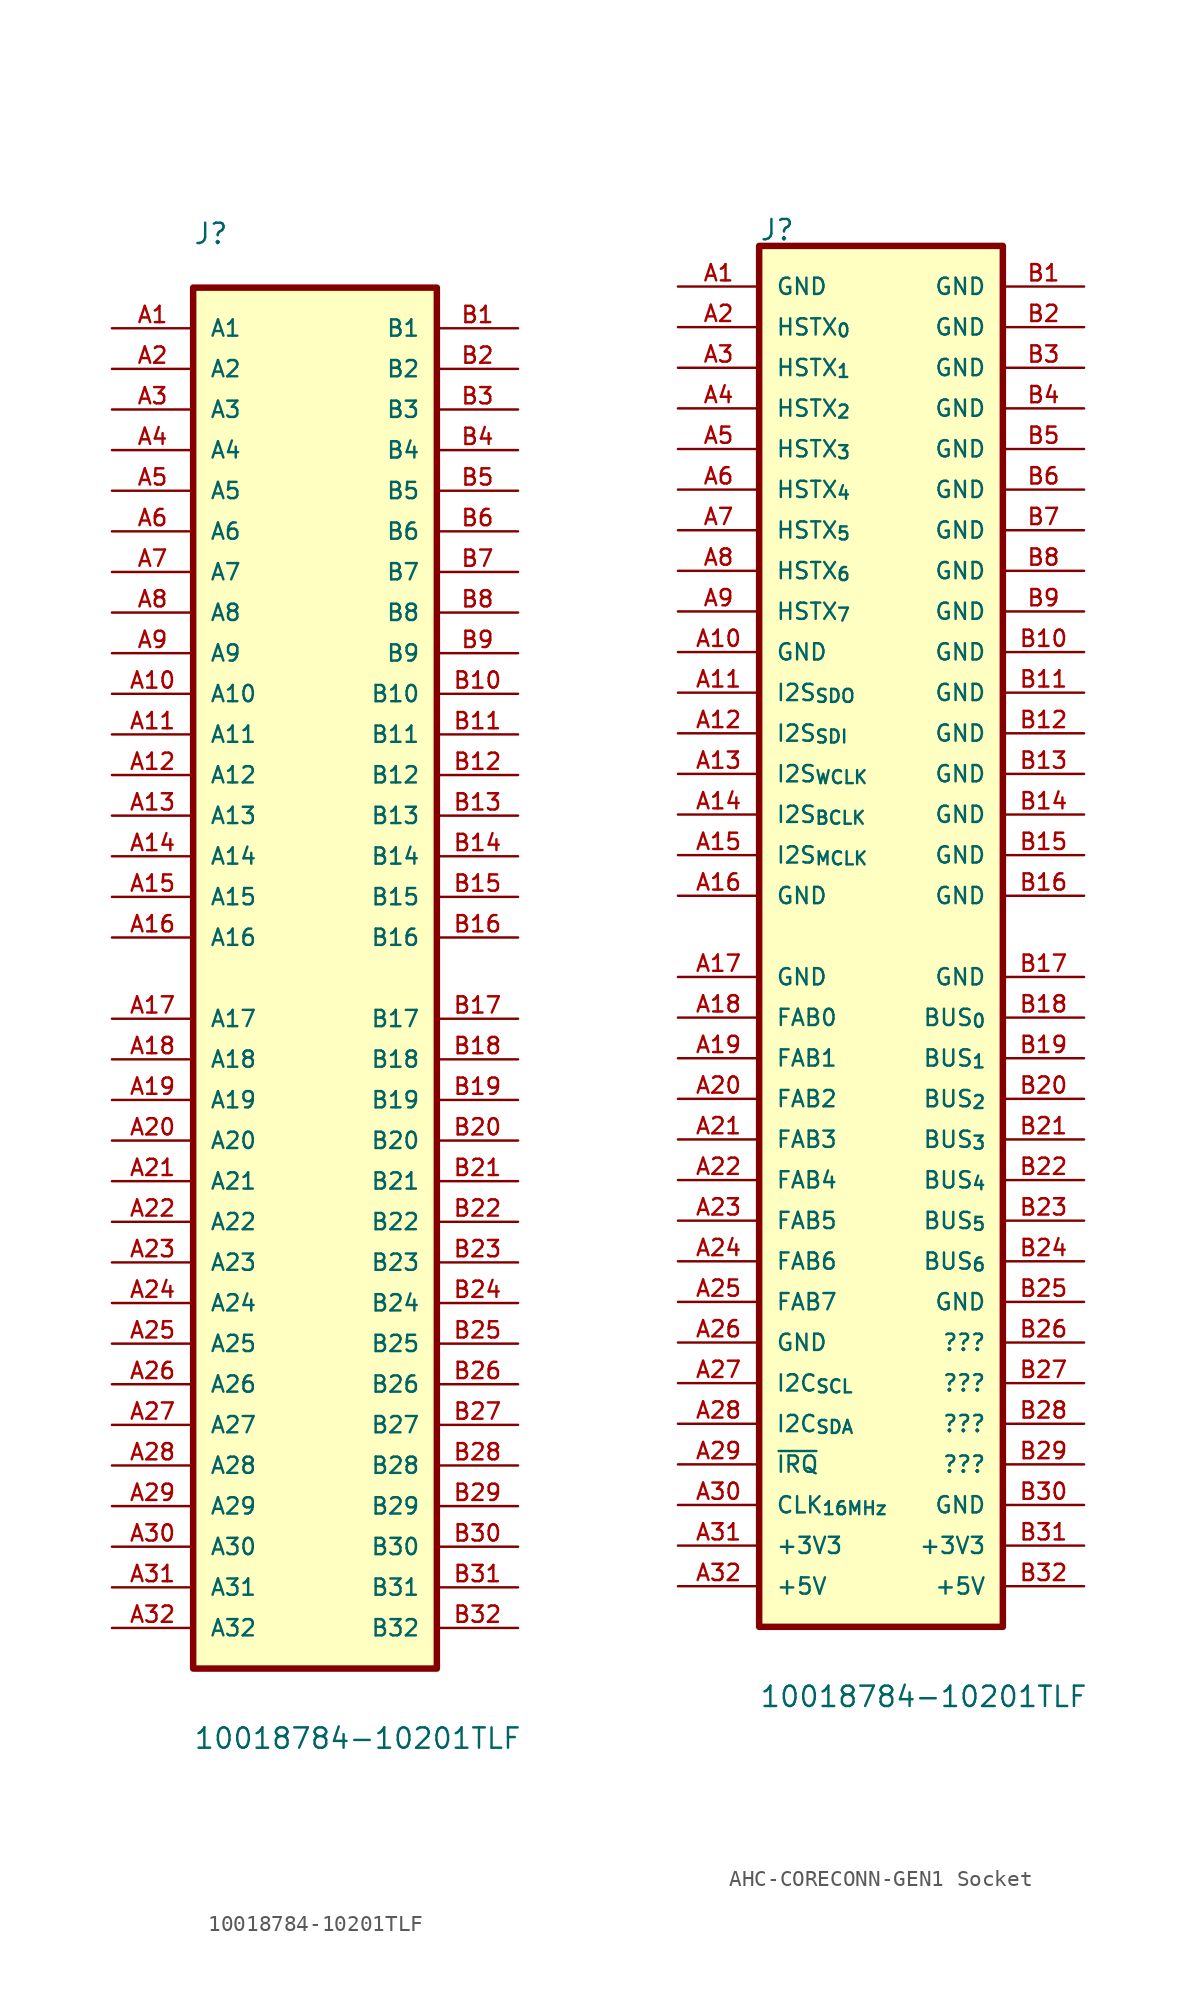
<source format=kicad_sym>
(kicad_symbol_lib
  (version 20241209)
  (generator "kicad_symbol_editor")
  (generator_version "9.0")
  (symbol "10018784-10201TLF"
    (pin_names
      (offset 1.016))
    (property "Reference" "J"
      (at -7.635 45.809 0)
      (effects (font (size 1.27 1.27)) (justify left bottom)))
    (property "Value" "10018784-10201TLF"
      (at -7.625 -48.292 0)
      (effects (font (size 1.27 1.27)) (justify left bottom)))
    (symbol "10018784-10201TLF_0_0"
      (rectangle (start -7.62 43.18) (end 7.62 -43.18) (stroke (width 0.406) (type default)) (fill (type background)))
      (pin passive line (at -12.7 40.64 0) (length 5.08) (name "A1" (effects (font (size 1.016 1.016)))) (number "A1" (effects (font (size 1.016 1.016)))))
      (pin passive line (at -12.7 38.1 0) (length 5.08) (name "A2" (effects (font (size 1.016 1.016)))) (number "A2" (effects (font (size 1.016 1.016)))))
      (pin passive line (at -12.7 35.56 0) (length 5.08) (name "A3" (effects (font (size 1.016 1.016)))) (number "A3" (effects (font (size 1.016 1.016)))))
      (pin passive line (at -12.7 33.02 0) (length 5.08) (name "A4" (effects (font (size 1.016 1.016)))) (number "A4" (effects (font (size 1.016 1.016)))))
      (pin passive line (at -12.7 30.48 0) (length 5.08) (name "A5" (effects (font (size 1.016 1.016)))) (number "A5" (effects (font (size 1.016 1.016)))))
      (pin passive line (at -12.7 27.94 0) (length 5.08) (name "A6" (effects (font (size 1.016 1.016)))) (number "A6" (effects (font (size 1.016 1.016)))))
      (pin passive line (at -12.7 25.4 0) (length 5.08) (name "A7" (effects (font (size 1.016 1.016)))) (number "A7" (effects (font (size 1.016 1.016)))))
      (pin passive line (at -12.7 22.86 0) (length 5.08) (name "A8" (effects (font (size 1.016 1.016)))) (number "A8" (effects (font (size 1.016 1.016)))))
      (pin passive line (at -12.7 20.32 0) (length 5.08) (name "A9" (effects (font (size 1.016 1.016)))) (number "A9" (effects (font (size 1.016 1.016)))))
      (pin passive line (at -12.7 17.78 0) (length 5.08) (name "A10" (effects (font (size 1.016 1.016)))) (number "A10" (effects (font (size 1.016 1.016)))))
      (pin passive line (at -12.7 15.24 0) (length 5.08) (name "A11" (effects (font (size 1.016 1.016)))) (number "A11" (effects (font (size 1.016 1.016)))))
      (pin passive line (at -12.7 12.7 0) (length 5.08) (name "A12" (effects (font (size 1.016 1.016)))) (number "A12" (effects (font (size 1.016 1.016)))))
      (pin passive line (at -12.7 10.16 0) (length 5.08) (name "A13" (effects (font (size 1.016 1.016)))) (number "A13" (effects (font (size 1.016 1.016)))))
      (pin passive line (at -12.7 7.62 0) (length 5.08) (name "A14" (effects (font (size 1.016 1.016)))) (number "A14" (effects (font (size 1.016 1.016)))))
      (pin passive line (at -12.7 5.08 0) (length 5.08) (name "A15" (effects (font (size 1.016 1.016)))) (number "A15" (effects (font (size 1.016 1.016)))))
      (pin passive line (at -12.7 2.54 0) (length 5.08) (name "A16" (effects (font (size 1.016 1.016)))) (number "A16" (effects (font (size 1.016 1.016)))))
      (pin passive line (at -12.7 -2.54 0) (length 5.08) (name "A17" (effects (font (size 1.016 1.016)))) (number "A17" (effects (font (size 1.016 1.016)))))
      (pin passive line (at -12.7 -5.08 0) (length 5.08) (name "A18" (effects (font (size 1.016 1.016)))) (number "A18" (effects (font (size 1.016 1.016)))))
      (pin passive line (at -12.7 -7.62 0) (length 5.08) (name "A19" (effects (font (size 1.016 1.016)))) (number "A19" (effects (font (size 1.016 1.016)))))
      (pin passive line (at -12.7 -10.16 0) (length 5.08) (name "A20" (effects (font (size 1.016 1.016)))) (number "A20" (effects (font (size 1.016 1.016)))))
      (pin passive line (at -12.7 -12.7 0) (length 5.08) (name "A21" (effects (font (size 1.016 1.016)))) (number "A21" (effects (font (size 1.016 1.016)))))
      (pin passive line (at -12.7 -15.24 0) (length 5.08) (name "A22" (effects (font (size 1.016 1.016)))) (number "A22" (effects (font (size 1.016 1.016)))))
      (pin passive line (at -12.7 -17.78 0) (length 5.08) (name "A23" (effects (font (size 1.016 1.016)))) (number "A23" (effects (font (size 1.016 1.016)))))
      (pin passive line (at -12.7 -20.32 0) (length 5.08) (name "A24" (effects (font (size 1.016 1.016)))) (number "A24" (effects (font (size 1.016 1.016)))))
      (pin passive line (at -12.7 -22.86 0) (length 5.08) (name "A25" (effects (font (size 1.016 1.016)))) (number "A25" (effects (font (size 1.016 1.016)))))
      (pin passive line (at -12.7 -25.4 0) (length 5.08) (name "A26" (effects (font (size 1.016 1.016)))) (number "A26" (effects (font (size 1.016 1.016)))))
      (pin passive line (at -12.7 -27.94 0) (length 5.08) (name "A27" (effects (font (size 1.016 1.016)))) (number "A27" (effects (font (size 1.016 1.016)))))
      (pin passive line (at -12.7 -30.48 0) (length 5.08) (name "A28" (effects (font (size 1.016 1.016)))) (number "A28" (effects (font (size 1.016 1.016)))))
      (pin passive line (at -12.7 -33.02 0) (length 5.08) (name "A29" (effects (font (size 1.016 1.016)))) (number "A29" (effects (font (size 1.016 1.016)))))
      (pin passive line (at -12.7 -35.56 0) (length 5.08) (name "A30" (effects (font (size 1.016 1.016)))) (number "A30" (effects (font (size 1.016 1.016)))))
      (pin passive line (at -12.7 -38.1 0) (length 5.08) (name "A31" (effects (font (size 1.016 1.016)))) (number "A31" (effects (font (size 1.016 1.016)))))
      (pin passive line (at -12.7 -40.64 0) (length 5.08) (name "A32" (effects (font (size 1.016 1.016)))) (number "A32" (effects (font (size 1.016 1.016)))))
      (pin passive line (at 12.7 40.64 180) (length 5.08) (name "B1" (effects (font (size 1.016 1.016)))) (number "B1" (effects (font (size 1.016 1.016)))))
      (pin passive line (at 12.7 38.1 180) (length 5.08) (name "B2" (effects (font (size 1.016 1.016)))) (number "B2" (effects (font (size 1.016 1.016)))))
      (pin passive line (at 12.7 35.56 180) (length 5.08) (name "B3" (effects (font (size 1.016 1.016)))) (number "B3" (effects (font (size 1.016 1.016)))))
      (pin passive line (at 12.7 33.02 180) (length 5.08) (name "B4" (effects (font (size 1.016 1.016)))) (number "B4" (effects (font (size 1.016 1.016)))))
      (pin passive line (at 12.7 30.48 180) (length 5.08) (name "B5" (effects (font (size 1.016 1.016)))) (number "B5" (effects (font (size 1.016 1.016)))))
      (pin passive line (at 12.7 27.94 180) (length 5.08) (name "B6" (effects (font (size 1.016 1.016)))) (number "B6" (effects (font (size 1.016 1.016)))))
      (pin passive line (at 12.7 25.4 180) (length 5.08) (name "B7" (effects (font (size 1.016 1.016)))) (number "B7" (effects (font (size 1.016 1.016)))))
      (pin passive line (at 12.7 22.86 180) (length 5.08) (name "B8" (effects (font (size 1.016 1.016)))) (number "B8" (effects (font (size 1.016 1.016)))))
      (pin passive line (at 12.7 20.32 180) (length 5.08) (name "B9" (effects (font (size 1.016 1.016)))) (number "B9" (effects (font (size 1.016 1.016)))))
      (pin passive line (at 12.7 17.78 180) (length 5.08) (name "B10" (effects (font (size 1.016 1.016)))) (number "B10" (effects (font (size 1.016 1.016)))))
      (pin passive line (at 12.7 15.24 180) (length 5.08) (name "B11" (effects (font (size 1.016 1.016)))) (number "B11" (effects (font (size 1.016 1.016)))))
      (pin passive line (at 12.7 12.7 180) (length 5.08) (name "B12" (effects (font (size 1.016 1.016)))) (number "B12" (effects (font (size 1.016 1.016)))))
      (pin passive line (at 12.7 10.16 180) (length 5.08) (name "B13" (effects (font (size 1.016 1.016)))) (number "B13" (effects (font (size 1.016 1.016)))))
      (pin passive line (at 12.7 7.62 180) (length 5.08) (name "B14" (effects (font (size 1.016 1.016)))) (number "B14" (effects (font (size 1.016 1.016)))))
      (pin passive line (at 12.7 5.08 180) (length 5.08) (name "B15" (effects (font (size 1.016 1.016)))) (number "B15" (effects (font (size 1.016 1.016)))))
      (pin passive line (at 12.7 2.54 180) (length 5.08) (name "B16" (effects (font (size 1.016 1.016)))) (number "B16" (effects (font (size 1.016 1.016)))))
      (pin passive line (at 12.7 -2.54 180) (length 5.08) (name "B17" (effects (font (size 1.016 1.016)))) (number "B17" (effects (font (size 1.016 1.016)))))
      (pin passive line (at 12.7 -5.08 180) (length 5.08) (name "B18" (effects (font (size 1.016 1.016)))) (number "B18" (effects (font (size 1.016 1.016)))))
      (pin passive line (at 12.7 -7.62 180) (length 5.08) (name "B19" (effects (font (size 1.016 1.016)))) (number "B19" (effects (font (size 1.016 1.016)))))
      (pin passive line (at 12.7 -10.16 180) (length 5.08) (name "B20" (effects (font (size 1.016 1.016)))) (number "B20" (effects (font (size 1.016 1.016)))))
      (pin passive line (at 12.7 -12.7 180) (length 5.08) (name "B21" (effects (font (size 1.016 1.016)))) (number "B21" (effects (font (size 1.016 1.016)))))
      (pin passive line (at 12.7 -15.24 180) (length 5.08) (name "B22" (effects (font (size 1.016 1.016)))) (number "B22" (effects (font (size 1.016 1.016)))))
      (pin passive line (at 12.7 -17.78 180) (length 5.08) (name "B23" (effects (font (size 1.016 1.016)))) (number "B23" (effects (font (size 1.016 1.016)))))
      (pin passive line (at 12.7 -20.32 180) (length 5.08) (name "B24" (effects (font (size 1.016 1.016)))) (number "B24" (effects (font (size 1.016 1.016)))))
      (pin passive line (at 12.7 -22.86 180) (length 5.08) (name "B25" (effects (font (size 1.016 1.016)))) (number "B25" (effects (font (size 1.016 1.016)))))
      (pin passive line (at 12.7 -25.4 180) (length 5.08) (name "B26" (effects (font (size 1.016 1.016)))) (number "B26" (effects (font (size 1.016 1.016)))))
      (pin passive line (at 12.7 -27.94 180) (length 5.08) (name "B27" (effects (font (size 1.016 1.016)))) (number "B27" (effects (font (size 1.016 1.016)))))
      (pin passive line (at 12.7 -30.48 180) (length 5.08) (name "B28" (effects (font (size 1.016 1.016)))) (number "B28" (effects (font (size 1.016 1.016)))))
      (pin passive line (at 12.7 -33.02 180) (length 5.08) (name "B29" (effects (font (size 1.016 1.016)))) (number "B29" (effects (font (size 1.016 1.016)))))
      (pin passive line (at 12.7 -35.56 180) (length 5.08) (name "B30" (effects (font (size 1.016 1.016)))) (number "B30" (effects (font (size 1.016 1.016)))))
      (pin passive line (at 12.7 -38.1 180) (length 5.08) (name "B31" (effects (font (size 1.016 1.016)))) (number "B31" (effects (font (size 1.016 1.016)))))
      (pin passive line (at 12.7 -40.64 180) (length 5.08) (name "B32" (effects (font (size 1.016 1.016)))) (number "B32" (effects (font (size 1.016 1.016)))))))
  (symbol "AHC-CORECONN-GEN1 Socket"
    (pin_names
      (offset 1.016))
    (property "Reference" "J"
      (at -7.62 43.434 0)
      (effects (font (size 1.27 1.27)) (justify left bottom)))
    (property "Value" "10018784-10201TLF"
      (at -7.625 -48.292 0)
      (effects (font (size 1.27 1.27)) (justify left bottom)))
    (symbol "AHC-CORECONN-GEN1 Socket_0_0"
      (rectangle (start -7.62 43.18) (end 7.62 -43.18) (stroke (width 0.406) (type default)) (fill (type background)))
      (pin power_in line (at -12.7 -2.54 0) (length 5.08) (name "GND" (effects (font (size 1.016 1.016)))) (number "A17" (effects (font (size 1.016 1.016)))))
      (pin bidirectional line (at -12.7 -5.08 0) (length 5.08) (name "FAB0" (effects (font (size 1.016 1.016)))) (number "A18" (effects (font (size 1.016 1.016)))))
      (pin bidirectional line (at -12.7 -7.62 0) (length 5.08) (name "FAB1" (effects (font (size 1.016 1.016)))) (number "A19" (effects (font (size 1.016 1.016)))))
      (pin bidirectional line (at -12.7 -10.16 0) (length 5.08) (name "FAB2" (effects (font (size 1.016 1.016)))) (number "A20" (effects (font (size 1.016 1.016)))))
      (pin bidirectional line (at -12.7 -12.7 0) (length 5.08) (name "FAB3" (effects (font (size 1.016 1.016)))) (number "A21" (effects (font (size 1.016 1.016)))))
      (pin bidirectional line (at -12.7 -15.24 0) (length 5.08) (name "FAB4" (effects (font (size 1.016 1.016)))) (number "A22" (effects (font (size 1.016 1.016)))))
      (pin bidirectional line (at -12.7 -17.78 0) (length 5.08) (name "FAB5" (effects (font (size 1.016 1.016)))) (number "A23" (effects (font (size 1.016 1.016)))))
      (pin bidirectional line (at -12.7 -20.32 0) (length 5.08) (name "FAB6" (effects (font (size 1.016 1.016)))) (number "A24" (effects (font (size 1.016 1.016)))))
      (pin bidirectional line (at -12.7 -22.86 0) (length 5.08) (name "FAB7" (effects (font (size 1.016 1.016)))) (number "A25" (effects (font (size 1.016 1.016)))))
      (pin power_in line (at -12.7 -25.4 0) (length 5.08) (name "GND" (effects (font (size 1.016 1.016)))) (number "A26" (effects (font (size 1.016 1.016)))))
      (pin open_collector line (at -12.7 -27.94 0) (length 5.08) (name "I2C_{SCL}" (effects (font (size 1.016 1.016)))) (number "A27" (effects (font (size 1.016 1.016)))))
      (pin open_collector line (at -12.7 -30.48 0) (length 5.08) (name "I2C_{SDA}" (effects (font (size 1.016 1.016)))) (number "A28" (effects (font (size 1.016 1.016)))))
      (pin input line (at -12.7 -33.02 0) (length 5.08) (name "~{IRQ}" (effects (font (size 1.016 1.016)))) (number "A29" (effects (font (size 1.016 1.016)))))
      (pin input line (at -12.7 -35.56 0) (length 5.08) (name "CLK_{16MHz}" (effects (font (size 1.016 1.016)))) (number "A30" (effects (font (size 1.016 1.016)))))
      (pin power_in line (at -12.7 -38.1 0) (length 5.08) (name "+3V3" (effects (font (size 1.016 1.016)))) (number "A31" (effects (font (size 1.016 1.016)))))
      (pin passive line (at -12.7 -40.64 0) (length 5.08) (name "+5V" (effects (font (size 1.016 1.016)))) (number "A32" (effects (font (size 1.016 1.016)))))
      (pin power_in line (at 12.7 -2.54 180) (length 5.08) (name "GND" (effects (font (size 1.016 1.016)))) (number "B17" (effects (font (size 1.016 1.016)))))
      (pin bidirectional line (at 12.7 -5.08 180) (length 5.08) (name "BUS_{0}" (effects (font (size 1.016 1.016)))) (number "B18" (effects (font (size 1.016 1.016)))))
      (pin bidirectional line (at 12.7 -7.62 180) (length 5.08) (name "BUS_{1}" (effects (font (size 1.016 1.016)))) (number "B19" (effects (font (size 1.016 1.016)))))
      (pin bidirectional line (at 12.7 -10.16 180) (length 5.08) (name "BUS_{2}" (effects (font (size 1.016 1.016)))) (number "B20" (effects (font (size 1.016 1.016)))))
      (pin bidirectional line (at 12.7 -12.7 180) (length 5.08) (name "BUS_{3}" (effects (font (size 1.016 1.016)))) (number "B21" (effects (font (size 1.016 1.016)))))
      (pin bidirectional line (at 12.7 -15.24 180) (length 5.08) (name "BUS_{4}" (effects (font (size 1.016 1.016)))) (number "B22" (effects (font (size 1.016 1.016)))))
      (pin bidirectional line (at 12.7 -17.78 180) (length 5.08) (name "BUS_{5}" (effects (font (size 1.016 1.016)))) (number "B23" (effects (font (size 1.016 1.016)))))
      (pin power_in line (at 12.7 -22.86 180) (length 5.08) (name "GND" (effects (font (size 1.016 1.016)))) (number "B25" (effects (font (size 1.016 1.016)))))
      (pin input line (at 12.7 -25.4 180) (length 5.08) (name "???" (effects (font (size 1.016 1.016)))) (number "B26" (effects (font (size 1.016 1.016)))))
      (pin input line (at 12.7 -27.94 180) (length 5.08) (name "???" (effects (font (size 1.016 1.016)))) (number "B27" (effects (font (size 1.016 1.016)))))
      (pin input line (at 12.7 -30.48 180) (length 5.08) (name "???" (effects (font (size 1.016 1.016)))) (number "B28" (effects (font (size 1.016 1.016)))))
      (pin input line (at 12.7 -33.02 180) (length 5.08) (name "???" (effects (font (size 1.016 1.016)))) (number "B29" (effects (font (size 1.016 1.016)))))
      (pin power_in line (at 12.7 -35.56 180) (length 5.08) (name "GND" (effects (font (size 1.016 1.016)))) (number "B30" (effects (font (size 1.016 1.016)))))
      (pin power_in line (at 12.7 -38.1 180) (length 5.08) (name "+3V3" (effects (font (size 1.016 1.016)))) (number "B31" (effects (font (size 1.016 1.016)))))
      (pin power_in line (at 12.7 -40.64 180) (length 5.08) (name "+5V" (effects (font (size 1.016 1.016)))) (number "B32" (effects (font (size 1.016 1.016))))))
    (symbol "AHC-CORECONN-GEN1 Socket_1_0"
      (pin power_in line (at -12.7 40.64 0) (length 5.08) (name "GND" (effects (font (size 1.016 1.016)))) (number "A1" (effects (font (size 1.016 1.016)))))
      (pin bidirectional line (at -12.7 38.1 0) (length 5.08) (name "HSTX_{0}" (effects (font (size 1.016 1.016)))) (number "A2" (effects (font (size 1.016 1.016)))))
      (pin bidirectional line (at -12.7 35.56 0) (length 5.08) (name "HSTX_{1}" (effects (font (size 1.016 1.016)))) (number "A3" (effects (font (size 1.016 1.016)))))
      (pin bidirectional line (at -12.7 33.02 0) (length 5.08) (name "HSTX_{2}" (effects (font (size 1.016 1.016)))) (number "A4" (effects (font (size 1.016 1.016)))))
      (pin bidirectional line (at -12.7 30.48 0) (length 5.08) (name "HSTX_{3}" (effects (font (size 1.016 1.016)))) (number "A5" (effects (font (size 1.016 1.016)))))
      (pin bidirectional line (at -12.7 27.94 0) (length 5.08) (name "HSTX_{4}" (effects (font (size 1.016 1.016)))) (number "A6" (effects (font (size 1.016 1.016)))))
      (pin bidirectional line (at -12.7 25.4 0) (length 5.08) (name "HSTX_{5}" (effects (font (size 1.016 1.016)))) (number "A7" (effects (font (size 1.016 1.016)))))
      (pin bidirectional line (at -12.7 22.86 0) (length 5.08) (name "HSTX_{6}" (effects (font (size 1.016 1.016)))) (number "A8" (effects (font (size 1.016 1.016)))))
      (pin bidirectional line (at -12.7 20.32 0) (length 5.08) (name "HSTX_{7}" (effects (font (size 1.016 1.016)))) (number "A9" (effects (font (size 1.016 1.016)))))
      (pin power_in line (at -12.7 17.78 0) (length 5.08) (name "GND" (effects (font (size 1.016 1.016)))) (number "A10" (effects (font (size 1.016 1.016)))))
      (pin output line (at -12.7 15.24 0) (length 5.08) (name "I2S_{SDO}" (effects (font (size 1.016 1.016)))) (number "A11" (effects (font (size 1.016 1.016)))))
      (pin input line (at -12.7 12.7 0) (length 5.08) (name "I2S_{SDI}" (effects (font (size 1.016 1.016)))) (number "A12" (effects (font (size 1.016 1.016)))))
      (pin input line (at -12.7 10.16 0) (length 5.08) (name "I2S_{WCLK}" (effects (font (size 1.016 1.016)))) (number "A13" (effects (font (size 1.016 1.016)))))
      (pin input line (at -12.7 7.62 0) (length 5.08) (name "I2S_{BCLK}" (effects (font (size 1.016 1.016)))) (number "A14" (effects (font (size 1.016 1.016)))))
      (pin input line (at -12.7 5.08 0) (length 5.08) (name "I2S_{MCLK}" (effects (font (size 1.016 1.016)))) (number "A15" (effects (font (size 1.016 1.016)))))
      (pin power_in line (at -12.7 2.54 0) (length 5.08) (name "GND" (effects (font (size 1.016 1.016)))) (number "A16" (effects (font (size 1.016 1.016)))))
      (pin power_in line (at 12.7 40.64 180) (length 5.08) (name "GND" (effects (font (size 1.016 1.016)))) (number "B1" (effects (font (size 1.016 1.016)))))
      (pin power_in line (at 12.7 38.1 180) (length 5.08) (name "GND" (effects (font (size 1.016 1.016)))) (number "B2" (effects (font (size 1.016 1.016)))))
      (pin power_in line (at 12.7 35.56 180) (length 5.08) (name "GND" (effects (font (size 1.016 1.016)))) (number "B3" (effects (font (size 1.016 1.016)))))
      (pin power_in line (at 12.7 33.02 180) (length 5.08) (name "GND" (effects (font (size 1.016 1.016)))) (number "B4" (effects (font (size 1.016 1.016)))))
      (pin power_in line (at 12.7 30.48 180) (length 5.08) (name "GND" (effects (font (size 1.016 1.016)))) (number "B5" (effects (font (size 1.016 1.016)))))
      (pin power_in line (at 12.7 27.94 180) (length 5.08) (name "GND" (effects (font (size 1.016 1.016)))) (number "B6" (effects (font (size 1.016 1.016)))))
      (pin power_in line (at 12.7 25.4 180) (length 5.08) (name "GND" (effects (font (size 1.016 1.016)))) (number "B7" (effects (font (size 1.016 1.016)))))
      (pin power_in line (at 12.7 22.86 180) (length 5.08) (name "GND" (effects (font (size 1.016 1.016)))) (number "B8" (effects (font (size 1.016 1.016)))))
      (pin power_in line (at 12.7 20.32 180) (length 5.08) (name "GND" (effects (font (size 1.016 1.016)))) (number "B9" (effects (font (size 1.016 1.016)))))
      (pin power_in line (at 12.7 17.78 180) (length 5.08) (name "GND" (effects (font (size 1.016 1.016)))) (number "B10" (effects (font (size 1.016 1.016)))))
      (pin power_in line (at 12.7 15.24 180) (length 5.08) (name "GND" (effects (font (size 1.016 1.016)))) (number "B11" (effects (font (size 1.016 1.016)))))
      (pin power_in line (at 12.7 12.7 180) (length 5.08) (name "GND" (effects (font (size 1.016 1.016)))) (number "B12" (effects (font (size 1.016 1.016)))))
      (pin power_in line (at 12.7 10.16 180) (length 5.08) (name "GND" (effects (font (size 1.016 1.016)))) (number "B13" (effects (font (size 1.016 1.016)))))
      (pin power_in line (at 12.7 7.62 180) (length 5.08) (name "GND" (effects (font (size 1.016 1.016)))) (number "B14" (effects (font (size 1.016 1.016)))))
      (pin power_in line (at 12.7 5.08 180) (length 5.08) (name "GND" (effects (font (size 1.016 1.016)))) (number "B15" (effects (font (size 1.016 1.016)))))
      (pin power_in line (at 12.7 2.54 180) (length 5.08) (name "GND" (effects (font (size 1.016 1.016)))) (number "B16" (effects (font (size 1.016 1.016)))))
      (pin free line (at 12.7 -20.32 180) (length 5.08) (name "BUS_{6}" (effects (font (size 1.016 1.016)))) (number "B24" (effects (font (size 1.016 1.016))))))))
</source>
